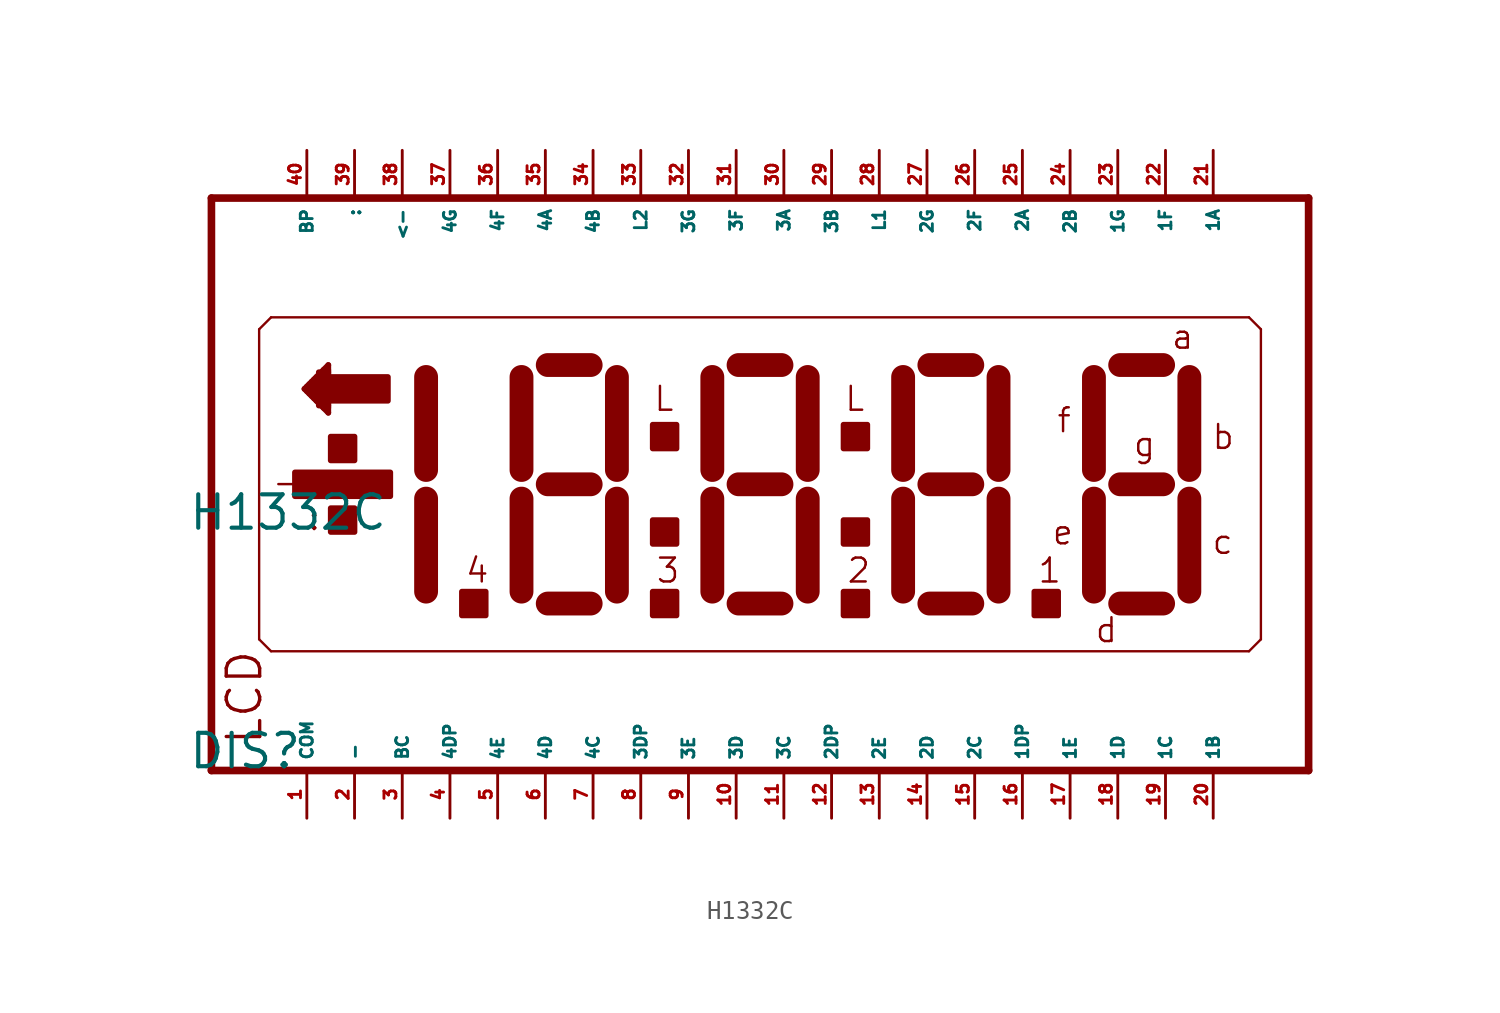
<source format=kicad_sym>
(kicad_symbol_lib
  (version 20220914)
  (generator Eagle2Kicad)
  (symbol "H1332C"
    (property "Reference" "DIS"
      (at -29.21 -15.24 0)
      (effects (font (size 1.778 1.778) (thickness 0.22)) (justify left bottom)))
    (property "Value" "H1332C"
      (at -29.21 -2.54 0)
      (effects (font (size 1.778 1.778) (thickness 0.22)) (justify left bottom)))
    (polyline
      (pts (xy -27.94 -15.24) (xy 30.48 -15.24))
      (stroke (width 0.406) (type default))
      (fill (type none)))
    (polyline
      (pts (xy 30.48 15.24) (xy -27.94 15.24))
      (stroke (width 0.406) (type default))
      (fill (type none)))
    (polyline
      (pts (xy -27.94 15.24) (xy -27.94 -15.24))
      (stroke (width 0.406) (type default))
      (fill (type none)))
    (polyline
      (pts (xy 30.48 -15.24) (xy 30.48 15.24))
      (stroke (width 0.406) (type default))
      (fill (type none)))
    (polyline
      (pts (xy -24.765 8.89) (xy -25.4 8.255))
      (stroke (width 0.127) (type default))
      (fill (type none)))
    (polyline
      (pts (xy -25.4 8.255) (xy -25.4 -8.255))
      (stroke (width 0.127) (type default))
      (fill (type none)))
    (polyline
      (pts (xy -25.4 -8.255) (xy -24.765 -8.89))
      (stroke (width 0.127) (type default))
      (fill (type none)))
    (polyline
      (pts (xy -24.765 -8.89) (xy 27.305 -8.89))
      (stroke (width 0.127) (type default))
      (fill (type none)))
    (polyline
      (pts (xy 27.305 -8.89) (xy 27.94 -8.255))
      (stroke (width 0.127) (type default))
      (fill (type none)))
    (polyline
      (pts (xy 27.94 -8.255) (xy 27.94 8.255))
      (stroke (width 0.127) (type default))
      (fill (type none)))
    (polyline
      (pts (xy 27.94 8.255) (xy 27.305 8.89))
      (stroke (width 0.127) (type default))
      (fill (type none)))
    (polyline
      (pts (xy 27.305 8.89) (xy -24.765 8.89))
      (stroke (width 0.127) (type default))
      (fill (type none)))
    (polyline
      (pts (xy -16.51 -5.715) (xy -16.51 -0.762))
      (stroke (width 1.27) (type default))
      (fill (type none)))
    (polyline
      (pts (xy -16.51 0.762) (xy -16.51 5.715))
      (stroke (width 1.27) (type default))
      (fill (type none)))
    (polyline
      (pts (xy 19.05 5.715) (xy 19.05 0.762))
      (stroke (width 1.27) (type default))
      (fill (type none)))
    (polyline
      (pts (xy 19.05 -0.762) (xy 19.05 -5.715))
      (stroke (width 1.27) (type default))
      (fill (type none)))
    (polyline
      (pts (xy 20.447 -6.35) (xy 22.733 -6.35))
      (stroke (width 1.27) (type default))
      (fill (type none)))
    (polyline
      (pts (xy 24.13 -5.715) (xy 24.13 -0.762))
      (stroke (width 1.27) (type default))
      (fill (type none)))
    (polyline
      (pts (xy 24.13 0.762) (xy 24.13 5.715))
      (stroke (width 1.27) (type default))
      (fill (type none)))
    (polyline
      (pts (xy 20.447 6.35) (xy 22.733 6.35))
      (stroke (width 1.27) (type default))
      (fill (type none)))
    (polyline
      (pts (xy 20.447 0) (xy 22.733 0))
      (stroke (width 1.27) (type default))
      (fill (type none)))
    (polyline
      (pts (xy -11.43 5.715) (xy -11.43 0.762))
      (stroke (width 1.27) (type default))
      (fill (type none)))
    (polyline
      (pts (xy -11.43 -0.762) (xy -11.43 -5.715))
      (stroke (width 1.27) (type default))
      (fill (type none)))
    (polyline
      (pts (xy -10.033 -6.35) (xy -7.747 -6.35))
      (stroke (width 1.27) (type default))
      (fill (type none)))
    (polyline
      (pts (xy -6.35 -5.715) (xy -6.35 -0.762))
      (stroke (width 1.27) (type default))
      (fill (type none)))
    (polyline
      (pts (xy -6.35 0.762) (xy -6.35 5.715))
      (stroke (width 1.27) (type default))
      (fill (type none)))
    (polyline
      (pts (xy -10.033 6.35) (xy -7.747 6.35))
      (stroke (width 1.27) (type default))
      (fill (type none)))
    (polyline
      (pts (xy -10.033 0) (xy -7.747 0))
      (stroke (width 1.27) (type default))
      (fill (type none)))
    (polyline
      (pts (xy 8.89 5.715) (xy 8.89 0.762))
      (stroke (width 1.27) (type default))
      (fill (type none)))
    (polyline
      (pts (xy 8.89 -0.762) (xy 8.89 -5.715))
      (stroke (width 1.27) (type default))
      (fill (type none)))
    (polyline
      (pts (xy 10.287 -6.35) (xy 12.573 -6.35))
      (stroke (width 1.27) (type default))
      (fill (type none)))
    (polyline
      (pts (xy 13.97 -5.715) (xy 13.97 -0.762))
      (stroke (width 1.27) (type default))
      (fill (type none)))
    (polyline
      (pts (xy 13.97 0.762) (xy 13.97 5.715))
      (stroke (width 1.27) (type default))
      (fill (type none)))
    (polyline
      (pts (xy 10.287 6.35) (xy 12.573 6.35))
      (stroke (width 1.27) (type default))
      (fill (type none)))
    (polyline
      (pts (xy 10.287 0) (xy 12.573 0))
      (stroke (width 1.27) (type default))
      (fill (type none)))
    (polyline
      (pts (xy -22.987 5.08) (xy -21.717 6.35))
      (stroke (width 0.305) (type default))
      (fill (type none)))
    (polyline
      (pts (xy -21.717 6.35) (xy -21.717 3.81))
      (stroke (width 0.305) (type default))
      (fill (type none)))
    (polyline
      (pts (xy -21.717 3.81) (xy -22.987 5.08))
      (stroke (width 0.305) (type default))
      (fill (type none)))
    (polyline
      (pts (xy -1.27 5.715) (xy -1.27 0.762))
      (stroke (width 1.27) (type default))
      (fill (type none)))
    (polyline
      (pts (xy -1.27 -0.762) (xy -1.27 -5.715))
      (stroke (width 1.27) (type default))
      (fill (type none)))
    (polyline
      (pts (xy 0.127 -6.35) (xy 2.413 -6.35))
      (stroke (width 1.27) (type default))
      (fill (type none)))
    (polyline
      (pts (xy 3.81 -5.715) (xy 3.81 -0.762))
      (stroke (width 1.27) (type default))
      (fill (type none)))
    (polyline
      (pts (xy 3.81 0.762) (xy 3.81 5.715))
      (stroke (width 1.27) (type default))
      (fill (type none)))
    (polyline
      (pts (xy 0.127 6.35) (xy 2.413 6.35))
      (stroke (width 1.27) (type default))
      (fill (type none)))
    (polyline
      (pts (xy 0.127 0) (xy 2.413 0))
      (stroke (width 1.27) (type default))
      (fill (type none)))
    (text "LCD"
      (at -25.146 -13.97 900)
      (effects (font (size 1.778 1.778) (thickness 0.18)) (justify left bottom)))
    (text "L"
      (at 5.715 3.81 0)
      (effects (font (size 1.27 1.27) (thickness 0.13)) (justify left bottom)))
    (text "a"
      (at 23.114 7.112 0)
      (effects (font (size 1.27 1.27) (thickness 0.13)) (justify left bottom)))
    (text "b"
      (at 25.273 1.778 0)
      (effects (font (size 1.27 1.27) (thickness 0.13)) (justify left bottom)))
    (text "c"
      (at 25.273 -3.81 0)
      (effects (font (size 1.27 1.27) (thickness 0.13)) (justify left bottom)))
    (text "d"
      (at 19.05 -8.509 0)
      (effects (font (size 1.27 1.27) (thickness 0.13)) (justify left bottom)))
    (text "e"
      (at 16.764 -3.302 0)
      (effects (font (size 1.27 1.27) (thickness 0.13)) (justify left bottom)))
    (text "f"
      (at 17.018 2.667 0)
      (effects (font (size 1.27 1.27) (thickness 0.13)) (justify left bottom)))
    (text "g"
      (at 21.082 1.397 0)
      (effects (font (size 1.27 1.27) (thickness 0.13)) (justify left bottom)))
    (text ":"
      (at -22.86 -2.54 0)
      (effects (font (size 1.27 1.27) (thickness 0.13)) (justify left bottom)))
    (text "-"
      (at -24.765 -0.635 0)
      (effects (font (size 1.27 1.27) (thickness 0.13)) (justify left bottom)))
    (text "L"
      (at -4.445 3.81 0)
      (effects (font (size 1.27 1.27) (thickness 0.13)) (justify left bottom)))
    (text "1"
      (at 16.002 -5.334 0)
      (effects (font (size 1.27 1.27) (thickness 0.13)) (justify left bottom)))
    (text "2"
      (at 5.842 -5.334 0)
      (effects (font (size 1.27 1.27) (thickness 0.13)) (justify left bottom)))
    (text "3"
      (at -4.318 -5.334 0)
      (effects (font (size 1.27 1.27) (thickness 0.13)) (justify left bottom)))
    (text "4"
      (at -14.478 -5.334 0)
      (effects (font (size 1.27 1.27) (thickness 0.13)) (justify left bottom)))
    (rectangle
      (start -23.495 -0.635)
      (end -18.415 0.635)
      (stroke (width 0.3) (type default))
      (fill (type outline)))
    (rectangle
      (start -21.59 1.27)
      (end -20.32 2.54)
      (stroke (width 0.3) (type default))
      (fill (type outline)))
    (rectangle
      (start -21.59 -2.54)
      (end -20.32 -1.27)
      (stroke (width 0.3) (type default))
      (fill (type outline)))
    (rectangle
      (start -14.605 -6.985)
      (end -13.335 -5.715)
      (stroke (width 0.3) (type default))
      (fill (type outline)))
    (rectangle
      (start 5.715 -6.985)
      (end 6.985 -5.715)
      (stroke (width 0.3) (type default))
      (fill (type outline)))
    (rectangle
      (start 5.715 -3.175)
      (end 6.985 -1.905)
      (stroke (width 0.3) (type default))
      (fill (type outline)))
    (rectangle
      (start 5.715 1.905)
      (end 6.985 3.175)
      (stroke (width 0.3) (type default))
      (fill (type outline)))
    (rectangle
      (start 15.875 -6.985)
      (end 17.145 -5.715)
      (stroke (width 0.3) (type default))
      (fill (type outline)))
    (rectangle
      (start -22.86 4.953)
      (end -22.352 5.207)
      (stroke (width 0.3) (type default))
      (fill (type outline)))
    (rectangle
      (start -22.733 5.207)
      (end -22.352 5.334)
      (stroke (width 0.3) (type default))
      (fill (type outline)))
    (rectangle
      (start -22.606 5.334)
      (end -22.352 5.461)
      (stroke (width 0.3) (type default))
      (fill (type outline)))
    (rectangle
      (start -22.479 5.461)
      (end -22.352 5.588)
      (stroke (width 0.3) (type default))
      (fill (type outline)))
    (rectangle
      (start -22.733 4.826)
      (end -22.352 4.953)
      (stroke (width 0.3) (type default))
      (fill (type outline)))
    (rectangle
      (start -22.606 4.699)
      (end -22.352 4.826)
      (stroke (width 0.3) (type default))
      (fill (type outline)))
    (rectangle
      (start -22.479 4.572)
      (end -22.352 4.699)
      (stroke (width 0.3) (type default))
      (fill (type outline)))
    (rectangle
      (start -22.225 5.715)
      (end -21.717 5.969)
      (stroke (width 0.3) (type default))
      (fill (type outline)))
    (rectangle
      (start -21.971 5.969)
      (end -21.717 6.096)
      (stroke (width 0.3) (type default))
      (fill (type outline)))
    (rectangle
      (start -22.225 4.191)
      (end -21.717 4.445)
      (stroke (width 0.3) (type default))
      (fill (type outline)))
    (rectangle
      (start -21.971 4.064)
      (end -21.717 4.191)
      (stroke (width 0.3) (type default))
      (fill (type outline)))
    (rectangle
      (start -22.352 4.445)
      (end -18.542 5.715)
      (stroke (width 0.3) (type default))
      (fill (type outline)))
    (rectangle
      (start -4.445 -6.985)
      (end -3.175 -5.715)
      (stroke (width 0.3) (type default))
      (fill (type outline)))
    (rectangle
      (start -4.445 -3.175)
      (end -3.175 -1.905)
      (stroke (width 0.3) (type default))
      (fill (type outline)))
    (rectangle
      (start -4.445 1.905)
      (end -3.175 3.175)
      (stroke (width 0.3) (type default))
      (fill (type outline)))
    (pin passive line
      (at -22.86 -17.78 90)
      (length 2.54)
      (name "COM" (effects (font (size 0.635 0.635) (thickness 0.08)) (justify left bottom)))
      (number "1" (effects (font (size 0.635 0.635) (thickness 0.08)) (justify left bottom))))
    (pin passive line
      (at -20.32 -17.78 90)
      (length 2.54)
      (name "-" (effects (font (size 0.635 0.635) (thickness 0.08)) (justify left bottom)))
      (number "2" (effects (font (size 0.635 0.635) (thickness 0.08)) (justify left bottom))))
    (pin passive line
      (at -17.78 -17.78 90)
      (length 2.54)
      (name "BC" (effects (font (size 0.635 0.635) (thickness 0.08)) (justify left bottom)))
      (number "3" (effects (font (size 0.635 0.635) (thickness 0.08)) (justify left bottom))))
    (pin passive line
      (at -5.08 -17.78 90)
      (length 2.54)
      (name "3DP" (effects (font (size 0.635 0.635) (thickness 0.08)) (justify left bottom)))
      (number "8" (effects (font (size 0.635 0.635) (thickness 0.08)) (justify left bottom))))
    (pin passive line
      (at -2.54 -17.78 90)
      (length 2.54)
      (name "3E" (effects (font (size 0.635 0.635) (thickness 0.08)) (justify left bottom)))
      (number "9" (effects (font (size 0.635 0.635) (thickness 0.08)) (justify left bottom))))
    (pin passive line
      (at 0 -17.78 90)
      (length 2.54)
      (name "3D" (effects (font (size 0.635 0.635) (thickness 0.08)) (justify left bottom)))
      (number "10" (effects (font (size 0.635 0.635) (thickness 0.08)) (justify left bottom))))
    (pin passive line
      (at 2.54 -17.78 90)
      (length 2.54)
      (name "3C" (effects (font (size 0.635 0.635) (thickness 0.08)) (justify left bottom)))
      (number "11" (effects (font (size 0.635 0.635) (thickness 0.08)) (justify left bottom))))
    (pin passive line
      (at 5.08 -17.78 90)
      (length 2.54)
      (name "2DP" (effects (font (size 0.635 0.635) (thickness 0.08)) (justify left bottom)))
      (number "12" (effects (font (size 0.635 0.635) (thickness 0.08)) (justify left bottom))))
    (pin passive line
      (at 7.62 -17.78 90)
      (length 2.54)
      (name "2E" (effects (font (size 0.635 0.635) (thickness 0.08)) (justify left bottom)))
      (number "13" (effects (font (size 0.635 0.635) (thickness 0.08)) (justify left bottom))))
    (pin passive line
      (at 10.16 -17.78 90)
      (length 2.54)
      (name "2D" (effects (font (size 0.635 0.635) (thickness 0.08)) (justify left bottom)))
      (number "14" (effects (font (size 0.635 0.635) (thickness 0.08)) (justify left bottom))))
    (pin passive line
      (at 12.7 -17.78 90)
      (length 2.54)
      (name "2C" (effects (font (size 0.635 0.635) (thickness 0.08)) (justify left bottom)))
      (number "15" (effects (font (size 0.635 0.635) (thickness 0.08)) (justify left bottom))))
    (pin passive line
      (at 15.24 -17.78 90)
      (length 2.54)
      (name "1DP" (effects (font (size 0.635 0.635) (thickness 0.08)) (justify left bottom)))
      (number "16" (effects (font (size 0.635 0.635) (thickness 0.08)) (justify left bottom))))
    (pin passive line
      (at 17.78 -17.78 90)
      (length 2.54)
      (name "1E" (effects (font (size 0.635 0.635) (thickness 0.08)) (justify left bottom)))
      (number "17" (effects (font (size 0.635 0.635) (thickness 0.08)) (justify left bottom))))
    (pin passive line
      (at 20.32 -17.78 90)
      (length 2.54)
      (name "1D" (effects (font (size 0.635 0.635) (thickness 0.08)) (justify left bottom)))
      (number "18" (effects (font (size 0.635 0.635) (thickness 0.08)) (justify left bottom))))
    (pin passive line
      (at 22.86 -17.78 90)
      (length 2.54)
      (name "1C" (effects (font (size 0.635 0.635) (thickness 0.08)) (justify left bottom)))
      (number "19" (effects (font (size 0.635 0.635) (thickness 0.08)) (justify left bottom))))
    (pin passive line
      (at 25.4 -17.78 90)
      (length 2.54)
      (name "1B" (effects (font (size 0.635 0.635) (thickness 0.08)) (justify left bottom)))
      (number "20" (effects (font (size 0.635 0.635) (thickness 0.08)) (justify left bottom))))
    (pin passive line
      (at 25.4 17.78 270)
      (length 2.54)
      (name "1A" (effects (font (size 0.635 0.635) (thickness 0.08)) (justify left bottom)))
      (number "21" (effects (font (size 0.635 0.635) (thickness 0.08)) (justify left bottom))))
    (pin passive line
      (at 22.86 17.78 270)
      (length 2.54)
      (name "1F" (effects (font (size 0.635 0.635) (thickness 0.08)) (justify left bottom)))
      (number "22" (effects (font (size 0.635 0.635) (thickness 0.08)) (justify left bottom))))
    (pin passive line
      (at 20.32 17.78 270)
      (length 2.54)
      (name "1G" (effects (font (size 0.635 0.635) (thickness 0.08)) (justify left bottom)))
      (number "23" (effects (font (size 0.635 0.635) (thickness 0.08)) (justify left bottom))))
    (pin passive line
      (at 17.78 17.78 270)
      (length 2.54)
      (name "2B" (effects (font (size 0.635 0.635) (thickness 0.08)) (justify left bottom)))
      (number "24" (effects (font (size 0.635 0.635) (thickness 0.08)) (justify left bottom))))
    (pin passive line
      (at 15.24 17.78 270)
      (length 2.54)
      (name "2A" (effects (font (size 0.635 0.635) (thickness 0.08)) (justify left bottom)))
      (number "25" (effects (font (size 0.635 0.635) (thickness 0.08)) (justify left bottom))))
    (pin passive line
      (at 12.7 17.78 270)
      (length 2.54)
      (name "2F" (effects (font (size 0.635 0.635) (thickness 0.08)) (justify left bottom)))
      (number "26" (effects (font (size 0.635 0.635) (thickness 0.08)) (justify left bottom))))
    (pin passive line
      (at 10.16 17.78 270)
      (length 2.54)
      (name "2G" (effects (font (size 0.635 0.635) (thickness 0.08)) (justify left bottom)))
      (number "27" (effects (font (size 0.635 0.635) (thickness 0.08)) (justify left bottom))))
    (pin passive line
      (at 7.62 17.78 270)
      (length 2.54)
      (name "L1" (effects (font (size 0.635 0.635) (thickness 0.08)) (justify left bottom)))
      (number "28" (effects (font (size 0.635 0.635) (thickness 0.08)) (justify left bottom))))
    (pin passive line
      (at 5.08 17.78 270)
      (length 2.54)
      (name "3B" (effects (font (size 0.635 0.635) (thickness 0.08)) (justify left bottom)))
      (number "29" (effects (font (size 0.635 0.635) (thickness 0.08)) (justify left bottom))))
    (pin passive line
      (at 2.54 17.78 270)
      (length 2.54)
      (name "3A" (effects (font (size 0.635 0.635) (thickness 0.08)) (justify left bottom)))
      (number "30" (effects (font (size 0.635 0.635) (thickness 0.08)) (justify left bottom))))
    (pin passive line
      (at 0 17.78 270)
      (length 2.54)
      (name "3F" (effects (font (size 0.635 0.635) (thickness 0.08)) (justify left bottom)))
      (number "31" (effects (font (size 0.635 0.635) (thickness 0.08)) (justify left bottom))))
    (pin passive line
      (at -2.54 17.78 270)
      (length 2.54)
      (name "3G" (effects (font (size 0.635 0.635) (thickness 0.08)) (justify left bottom)))
      (number "32" (effects (font (size 0.635 0.635) (thickness 0.08)) (justify left bottom))))
    (pin passive line
      (at -17.78 17.78 270)
      (length 2.54)
      (name "<-" (effects (font (size 0.635 0.635) (thickness 0.08)) (justify left bottom)))
      (number "38" (effects (font (size 0.635 0.635) (thickness 0.08)) (justify left bottom))))
    (pin passive line
      (at -20.32 17.78 270)
      (length 2.54)
      (name ":" (effects (font (size 0.635 0.635) (thickness 0.08)) (justify left bottom)))
      (number "39" (effects (font (size 0.635 0.635) (thickness 0.08)) (justify left bottom))))
    (pin passive line
      (at -15.24 -17.78 90)
      (length 2.54)
      (name "4DP" (effects (font (size 0.635 0.635) (thickness 0.08)) (justify left bottom)))
      (number "4" (effects (font (size 0.635 0.635) (thickness 0.08)) (justify left bottom))))
    (pin passive line
      (at -12.7 -17.78 90)
      (length 2.54)
      (name "4E" (effects (font (size 0.635 0.635) (thickness 0.08)) (justify left bottom)))
      (number "5" (effects (font (size 0.635 0.635) (thickness 0.08)) (justify left bottom))))
    (pin passive line
      (at -10.16 -17.78 90)
      (length 2.54)
      (name "4D" (effects (font (size 0.635 0.635) (thickness 0.08)) (justify left bottom)))
      (number "6" (effects (font (size 0.635 0.635) (thickness 0.08)) (justify left bottom))))
    (pin passive line
      (at -7.62 -17.78 90)
      (length 2.54)
      (name "4C" (effects (font (size 0.635 0.635) (thickness 0.08)) (justify left bottom)))
      (number "7" (effects (font (size 0.635 0.635) (thickness 0.08)) (justify left bottom))))
    (pin passive line
      (at -5.08 17.78 270)
      (length 2.54)
      (name "L2" (effects (font (size 0.635 0.635) (thickness 0.08)) (justify left bottom)))
      (number "33" (effects (font (size 0.635 0.635) (thickness 0.08)) (justify left bottom))))
    (pin passive line
      (at -7.62 17.78 270)
      (length 2.54)
      (name "4B" (effects (font (size 0.635 0.635) (thickness 0.08)) (justify left bottom)))
      (number "34" (effects (font (size 0.635 0.635) (thickness 0.08)) (justify left bottom))))
    (pin passive line
      (at -10.16 17.78 270)
      (length 2.54)
      (name "4A" (effects (font (size 0.635 0.635) (thickness 0.08)) (justify left bottom)))
      (number "35" (effects (font (size 0.635 0.635) (thickness 0.08)) (justify left bottom))))
    (pin passive line
      (at -12.7 17.78 270)
      (length 2.54)
      (name "4F" (effects (font (size 0.635 0.635) (thickness 0.08)) (justify left bottom)))
      (number "36" (effects (font (size 0.635 0.635) (thickness 0.08)) (justify left bottom))))
    (pin passive line
      (at -15.24 17.78 270)
      (length 2.54)
      (name "4G" (effects (font (size 0.635 0.635) (thickness 0.08)) (justify left bottom)))
      (number "37" (effects (font (size 0.635 0.635) (thickness 0.08)) (justify left bottom))))
    (pin passive line
      (at -22.86 17.78 270)
      (length 2.54)
      (name "BP" (effects (font (size 0.635 0.635) (thickness 0.08)) (justify left bottom)))
      (number "40" (effects (font (size 0.635 0.635) (thickness 0.08)) (justify left bottom))))))
</source>
